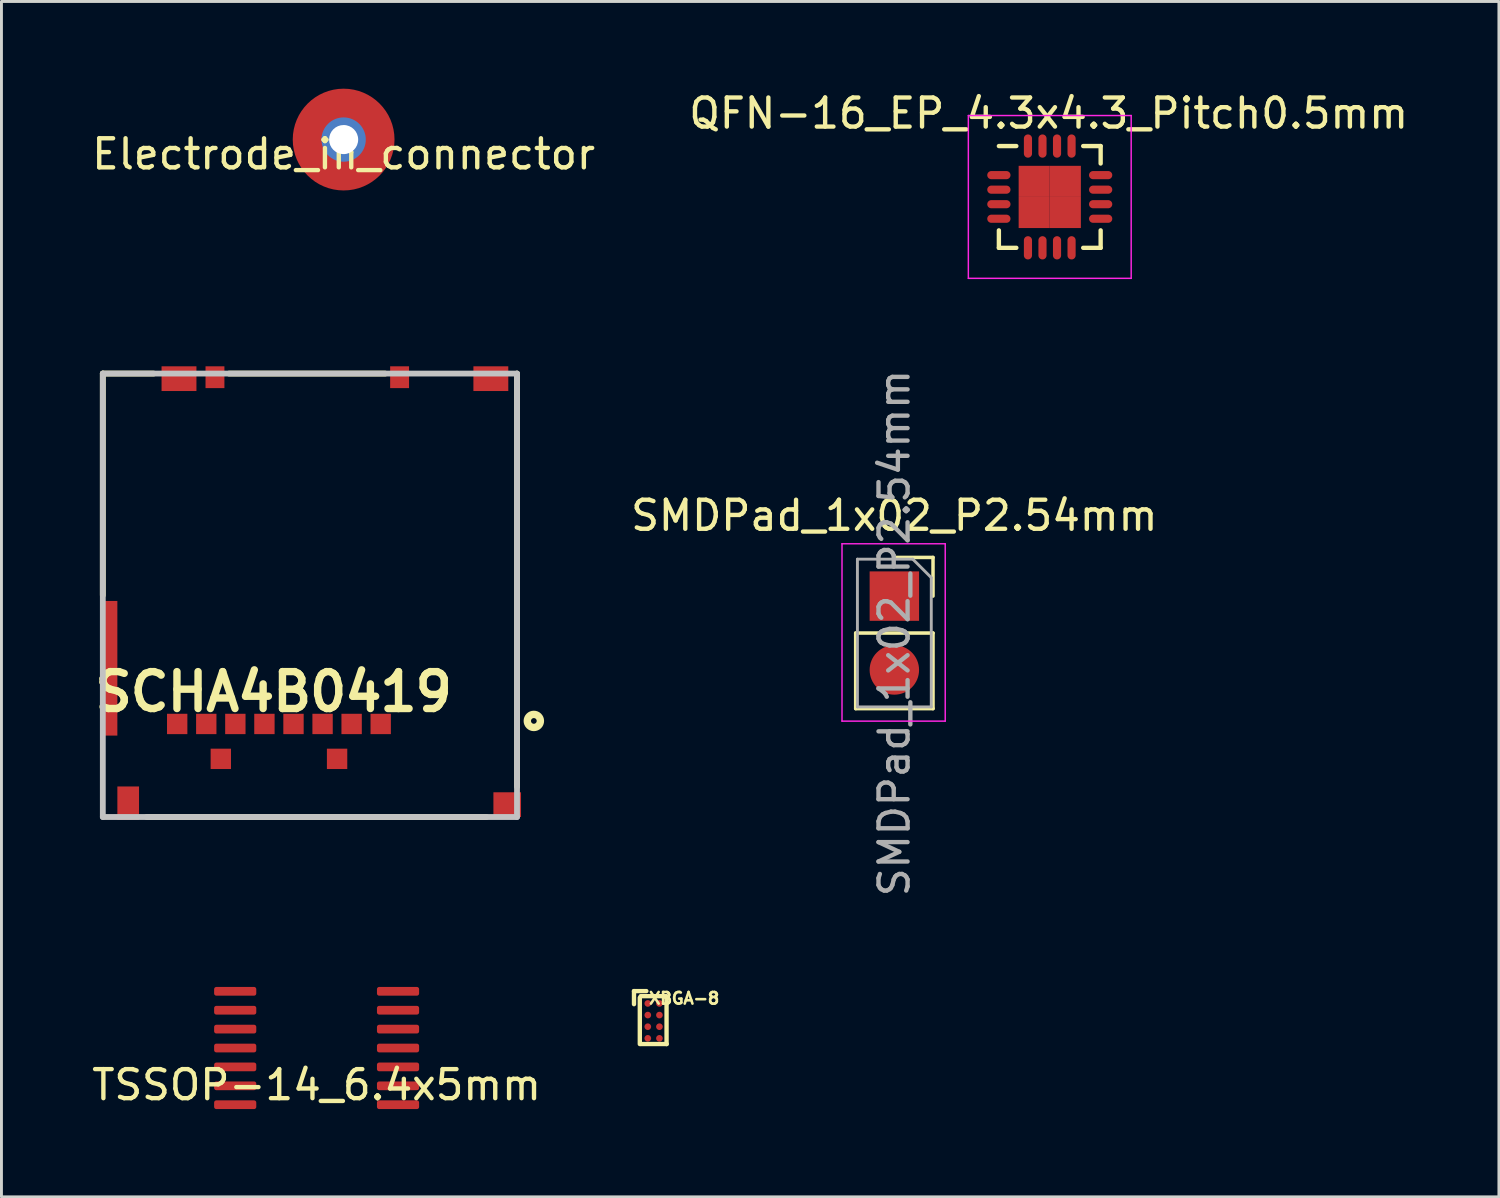
<source format=kicad_pcb>
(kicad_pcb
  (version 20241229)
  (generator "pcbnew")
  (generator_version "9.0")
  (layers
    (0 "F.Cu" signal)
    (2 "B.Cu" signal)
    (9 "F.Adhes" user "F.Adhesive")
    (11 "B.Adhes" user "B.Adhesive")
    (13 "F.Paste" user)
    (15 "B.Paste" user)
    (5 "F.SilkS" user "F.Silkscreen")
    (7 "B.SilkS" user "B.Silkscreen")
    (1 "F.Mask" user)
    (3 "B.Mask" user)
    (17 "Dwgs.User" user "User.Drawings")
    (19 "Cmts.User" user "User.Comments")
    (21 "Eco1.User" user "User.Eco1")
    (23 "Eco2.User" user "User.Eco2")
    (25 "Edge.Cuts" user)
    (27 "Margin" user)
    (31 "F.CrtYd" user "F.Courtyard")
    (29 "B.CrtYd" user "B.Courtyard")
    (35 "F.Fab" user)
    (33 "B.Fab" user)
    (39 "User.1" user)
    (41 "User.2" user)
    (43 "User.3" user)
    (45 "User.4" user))
  (footprint "SCHA4B0419"
    (layer "F.Cu")
    (at 0.486 25.048)
    (property "Reference" "SCHA4B0419" (at 5.876 -4.305 0) (layer "F.SilkS") (effects (font (size 1.27 1.27) (thickness 0.254))))
    (attr smd)
    (fp_line (start 0 -15.25) (end 0 -7.625) (stroke (width 0.2) (type solid)) (layer "F.SilkS"))
    (fp_line (start 0 -15.25) (end 1.747 -15.25) (stroke (width 0.2) (type solid)) (layer "F.SilkS"))
    (fp_line (start 1.511 0) (end 13.192 0) (stroke (width 0.2) (type solid)) (layer "F.SilkS"))
    (fp_line (start 4.342 -15.25) (end 9.711 -15.25) (stroke (width 0.2) (type solid)) (layer "F.SilkS"))
    (fp_line (start 14.245 -15.25) (end 14.245 -1.042) (stroke (width 0.2) (type solid)) (layer "F.SilkS"))
    (fp_circle (center 14.824 -3.304) (end 14.726 -3.304) (stroke (width 0.254) (type solid)) (fill no) (layer "F.SilkS"))
    (fp_line (start 0 -15.25) (end 14.245 -15.25) (stroke (width 0.2) (type solid)) (layer "Dwgs.User"))
    (fp_line (start 0 0) (end 0 -15.25) (stroke (width 0.2) (type solid)) (layer "Dwgs.User"))
    (fp_line (start 14.245 -15.25) (end 14.245 0) (stroke (width 0.2) (type solid)) (layer "Dwgs.User"))
    (fp_line (start 14.245 0) (end 0 0) (stroke (width 0.2) (type solid)) (layer "Dwgs.User"))
    (pad "1" smd rect (at 9.557 -3.2 90) (size 0.7 0.7) (layers "F.Cu" "F.Mask" "F.Paste"))
    (pad "2" smd rect (at 8.557 -3.2 90) (size 0.7 0.7) (layers "F.Cu" "F.Mask" "F.Paste"))
    (pad "3" smd rect (at 7.558 -3.2 90) (size 0.7 0.7) (layers "F.Cu" "F.Mask" "F.Paste"))
    (pad "4" smd rect (at 6.558 -3.2 90) (size 0.7 0.7) (layers "F.Cu" "F.Mask" "F.Paste"))
    (pad "5" smd rect (at 5.558 -3.2 90) (size 0.7 0.7) (layers "F.Cu" "F.Mask" "F.Paste"))
    (pad "6" smd rect (at 4.558 -3.2 90) (size 0.7 0.7) (layers "F.Cu" "F.Mask" "F.Paste"))
    (pad "7" smd rect (at 3.558 -3.2 90) (size 0.7 0.7) (layers "F.Cu" "F.Mask" "F.Paste"))
    (pad "8" smd rect (at 2.558 -3.2 90) (size 0.7 0.7) (layers "F.Cu" "F.Mask" "F.Paste"))
    (pad "9" smd rect (at 4.058 -2 90) (size 0.7 0.7) (layers "F.Cu" "F.Mask" "F.Paste"))
    (pad "10" smd rect (at 8.057 -2 90) (size 0.7 0.7) (layers "F.Cu" "F.Mask" "F.Paste"))
    (pad "11" smd rect (at 0.873 -0.475) (size 0.745 1.15) (layers "F.Cu" "F.Mask" "F.Paste"))
    (pad "12" smd rect (at 13.908 -0.425 90) (size 0.85 0.95) (layers "F.Cu" "F.Mask" "F.Paste"))
    (pad "13" smd rect (at 2.62 -15.075 90) (size 0.85 1.2) (layers "F.Cu" "F.Mask" "F.Paste"))
    (pad "14" smd rect (at 3.857 -15.125) (size 0.65 0.75) (layers "F.Cu" "F.Mask" "F.Paste"))
    (pad "15" smd rect (at 10.207 -15.125) (size 0.65 0.75) (layers "F.Cu" "F.Mask" "F.Paste"))
    (pad "16" smd rect (at 13.345 -15.075 90) (size 0.85 1.2) (layers "F.Cu" "F.Mask" "F.Paste"))
    (pad "17" smd rect (at 0.25 -5.115) (size 0.5 4.63) (layers "F.Cu" "F.Mask" "F.Paste")))
  (footprint "SMDPad_1x02_P2.54mm"
    (layer "F.Cu")
    (at 27.708 17.451)
    (property "Reference" "SMDPad_1x02_P2.54mm" (at 0 -2.77 0) (layer "F.SilkS") (effects (font (size 1 1) (thickness 0.15))))
    (attr through_hole)
    (fp_line (start -1.33 1.27) (end -1.33 3.87) (stroke (width 0.12) (type solid)) (layer "F.SilkS"))
    (fp_line (start -1.33 1.27) (end 1.33 1.27) (stroke (width 0.12) (type solid)) (layer "F.SilkS"))
    (fp_line (start -1.33 3.87) (end 1.33 3.87) (stroke (width 0.12) (type solid)) (layer "F.SilkS"))
    (fp_line (start 0 -1.33) (end 1.33 -1.33) (stroke (width 0.12) (type solid)) (layer "F.SilkS"))
    (fp_line (start 1.33 -1.33) (end 1.33 0) (stroke (width 0.12) (type solid)) (layer "F.SilkS"))
    (fp_line (start 1.33 1.27) (end 1.33 3.87) (stroke (width 0.12) (type solid)) (layer "F.SilkS"))
    (fp_line (start -1.8 -1.8) (end 1.75 -1.8) (stroke (width 0.05) (type solid)) (layer "F.CrtYd"))
    (fp_line (start -1.8 4.3) (end -1.8 -1.8) (stroke (width 0.05) (type solid)) (layer "F.CrtYd"))
    (fp_line (start 1.75 -1.8) (end 1.75 4.3) (stroke (width 0.05) (type solid)) (layer "F.CrtYd"))
    (fp_line (start 1.75 4.3) (end -1.8 4.3) (stroke (width 0.05) (type solid)) (layer "F.CrtYd"))
    (fp_line (start -1.27 -1.27) (end 0.635 -1.27) (stroke (width 0.1) (type solid)) (layer "F.Fab"))
    (fp_line (start -1.27 3.81) (end -1.27 -1.27) (stroke (width 0.1) (type solid)) (layer "F.Fab"))
    (fp_line (start 0.635 -1.27) (end 1.27 -0.635) (stroke (width 0.1) (type solid)) (layer "F.Fab"))
    (fp_line (start 1.27 -0.635) (end 1.27 3.81) (stroke (width 0.1) (type solid)) (layer "F.Fab"))
    (fp_line (start 1.27 3.81) (end -1.27 3.81) (stroke (width 0.1) (type solid)) (layer "F.Fab"))
    (fp_text user "${REFERENCE}" (at 0 1.27 90) (layer "F.Fab") (effects (font (size 1 1) (thickness 0.15))))
    (pad "1" smd rect (at 0 0) (size 1.7 1.7) (layers "F.Cu" "F.Mask" "F.Paste"))
    (pad "2" smd oval (at 0 2.54) (size 1.7 1.7) (layers "F.Cu" "F.Mask" "F.Paste")))
  (footprint "QFN-16_EP_4.3x4.3_Pitch0.5mm"
    (layer "F.Cu")
    (at 33.053 3.723)
    (property "Reference" "QFN-16_EP_4.3x4.3_Pitch0.5mm" (at -0.035 -2.875 0) (layer "F.SilkS") (effects (font (size 1 1) (thickness 0.15))))
    (attr smd)
    (fp_line (start -1.75 -1.75) (end -1.15 -1.75) (stroke (width 0.15) (type solid)) (layer "F.SilkS"))
    (fp_line (start -1.75 1.75) (end -1.75 1.15) (stroke (width 0.15) (type solid)) (layer "F.SilkS"))
    (fp_line (start -1.75 1.75) (end -1.15 1.75) (stroke (width 0.15) (type solid)) (layer "F.SilkS"))
    (fp_line (start 1.75 -1.75) (end 1.15 -1.75) (stroke (width 0.15) (type solid)) (layer "F.SilkS"))
    (fp_line (start 1.75 -1.75) (end 1.75 -1.15) (stroke (width 0.15) (type solid)) (layer "F.SilkS"))
    (fp_line (start 1.75 1.75) (end 1.15 1.75) (stroke (width 0.15) (type solid)) (layer "F.SilkS"))
    (fp_line (start 1.75 1.75) (end 1.75 1.15) (stroke (width 0.15) (type solid)) (layer "F.SilkS"))
    (fp_line (start -2.8 -2.8) (end 2.8 -2.8) (stroke (width 0.05) (type solid)) (layer "F.CrtYd"))
    (fp_line (start -2.8 2.8) (end -2.8 -2.8) (stroke (width 0.05) (type solid)) (layer "F.CrtYd"))
    (fp_line (start 2.8 -2.8) (end 2.8 2.8) (stroke (width 0.05) (type solid)) (layer "F.CrtYd"))
    (fp_line (start 2.8 2.8) (end -2.8 2.8) (stroke (width 0.05) (type solid)) (layer "F.CrtYd"))
    (pad "1" smd oval (at -1.75 -0.75 90) (size 0.28 0.8) (layers "F.Cu" "F.Mask" "F.Paste"))
    (pad "2" smd oval (at -1.75 -0.25 90) (size 0.28 0.8) (layers "F.Cu" "F.Mask" "F.Paste"))
    (pad "3" smd oval (at -1.75 0.25 90) (size 0.28 0.8) (layers "F.Cu" "F.Mask" "F.Paste"))
    (pad "4" smd oval (at -1.75 0.75 90) (size 0.28 0.8) (layers "F.Cu" "F.Mask" "F.Paste"))
    (pad "5" smd oval (at -0.75 1.75) (size 0.28 0.8) (layers "F.Cu" "F.Mask" "F.Paste"))
    (pad "6" smd oval (at -0.25 1.75) (size 0.28 0.8) (layers "F.Cu" "F.Mask" "F.Paste"))
    (pad "7" smd oval (at 0.25 1.75) (size 0.28 0.8) (layers "F.Cu" "F.Mask" "F.Paste"))
    (pad "8" smd oval (at 0.75 1.75) (size 0.28 0.8) (layers "F.Cu" "F.Mask" "F.Paste"))
    (pad "9" smd oval (at 1.75 0.75 90) (size 0.28 0.8) (layers "F.Cu" "F.Mask" "F.Paste"))
    (pad "10" smd oval (at 1.75 0.25 90) (size 0.28 0.8) (layers "F.Cu" "F.Mask" "F.Paste"))
    (pad "11" smd oval (at 1.75 -0.25 90) (size 0.28 0.8) (layers "F.Cu" "F.Mask" "F.Paste"))
    (pad "12" smd oval (at 1.75 -0.75 90) (size 0.28 0.8) (layers "F.Cu" "F.Mask" "F.Paste"))
    (pad "13" smd oval (at 0.75 -1.75) (size 0.28 0.8) (layers "F.Cu" "F.Mask" "F.Paste"))
    (pad "14" smd oval (at 0.25 -1.75) (size 0.28 0.8) (layers "F.Cu" "F.Mask" "F.Paste"))
    (pad "15" smd oval (at -0.25 -1.75) (size 0.28 0.8) (layers "F.Cu" "F.Mask" "F.Paste"))
    (pad "16" smd oval (at -0.75 -1.75) (size 0.28 0.8) (layers "F.Cu" "F.Mask" "F.Paste"))
    (pad "17" smd rect (at -0.535 -0.535) (size 1.07 1.07) (layers "F.Cu" "F.Mask" "F.Paste"))
    (pad "17" smd rect (at -0.535 0.535) (size 1.07 1.07) (layers "F.Cu" "F.Mask" "F.Paste"))
    (pad "17" smd rect (at 0.535 -0.535) (size 1.07 1.07) (layers "F.Cu" "F.Mask" "F.Paste"))
    (pad "17" smd rect (at 0.535 0.535) (size 1.07 1.07) (layers "F.Cu" "F.Mask" "F.Paste")))
  (footprint "Electrode_in_connector"
    (layer "F.Cu")
    (at 8.768 1.75)
    (property "Reference" "Electrode_in_connector" (at 0 0.5 0) (layer "F.SilkS") (effects (font (size 1 1) (thickness 0.15))))
    (attr through_hole)
    (pad "1" thru_hole circle (at 0 0) (size 1.524 1.524) (drill 1) (layers "*.Cu" "*.Mask"))
    (pad "2" smd circle (at 0 0) (size 3.5 3.5) (layers "F.Cu" "F.Mask" "F.Paste")))
  (footprint "XBGA-8"
    (layer "F.Cu")
    (at 19.429 32.06)
    (property "Reference" "XBGA-8" (at 1.05 -0.775 0) (layer "F.SilkS") (effects (font (size 0.4 0.4) (thickness 0.09))))
    (attr through_hole)
    (fp_line (start -0.675 -1.025) (end -0.25 -1.025) (stroke (width 0.15) (type solid)) (layer "F.SilkS"))
    (fp_line (start -0.675 -0.575) (end -0.675 -1.025) (stroke (width 0.15) (type solid)) (layer "F.SilkS"))
    (fp_line (start -0.475 -0.796) (end -0.475 0.796) (stroke (width 0.15) (type solid)) (layer "F.SilkS"))
    (fp_line (start -0.445 -0.85) (end 0.445 -0.85) (stroke (width 0.15) (type solid)) (layer "F.SilkS"))
    (fp_line (start -0.44 0.796) (end 0.45 0.796) (stroke (width 0.15) (type solid)) (layer "F.SilkS"))
    (fp_line (start 0.445 -0.796) (end 0.445 0.796) (stroke (width 0.15) (type solid)) (layer "F.SilkS"))
    (pad "A1" smd circle (at -0.2 -0.6) (size 0.23 0.23) (layers "F.Cu" "F.Mask" "F.Paste"))
    (pad "A2" smd circle (at 0.2 -0.6) (size 0.23 0.23) (layers "F.Cu" "F.Mask" "F.Paste"))
    (pad "B1" smd circle (at -0.2 -0.2) (size 0.23 0.23) (layers "F.Cu" "F.Mask" "F.Paste"))
    (pad "B2" smd circle (at 0.2 -0.2) (size 0.23 0.23) (layers "F.Cu" "F.Mask" "F.Paste"))
    (pad "C1" smd circle (at -0.2 0.2) (size 0.23 0.23) (layers "F.Cu" "F.Mask" "F.Paste"))
    (pad "C2" smd circle (at 0.2 0.2) (size 0.23 0.23) (layers "F.Cu" "F.Mask" "F.Paste"))
    (pad "D1" smd circle (at -0.2 0.6) (size 0.23 0.23) (layers "F.Cu" "F.Mask" "F.Paste"))
    (pad "D2" smd circle (at 0.2 0.6) (size 0.23 0.23) (layers "F.Cu" "F.Mask" "F.Paste")))
  (footprint "TSSOP-14_6.4x5mm"
    (layer "F.Cu")
    (at 7.839 32.993)
    (property "Reference" "TSSOP-14_6.4x5mm" (at 0 1.27 0) (layer "F.SilkS") (effects (font (size 1 1) (thickness 0.15))))
    (attr through_hole)
    (pad "1" smd roundrect (at -2.8 -1.95) (size 1.45 0.3) (layers "F.Cu" "F.Mask" "F.Paste") (roundrect_rratio 0.25))
    (pad "2" smd roundrect (at -2.8 -1.3) (size 1.45 0.3) (layers "F.Cu" "F.Mask" "F.Paste") (roundrect_rratio 0.25))
    (pad "3" smd roundrect (at -2.8 -0.65) (size 1.45 0.3) (layers "F.Cu" "F.Mask" "F.Paste") (roundrect_rratio 0.25))
    (pad "4" smd roundrect (at -2.8 0) (size 1.45 0.3) (layers "F.Cu" "F.Mask" "F.Paste") (roundrect_rratio 0.25))
    (pad "5" smd roundrect (at -2.8 0.65) (size 1.45 0.3) (layers "F.Cu" "F.Mask" "F.Paste") (roundrect_rratio 0.25))
    (pad "6" smd roundrect (at -2.8 1.3) (size 1.45 0.3) (layers "F.Cu" "F.Mask" "F.Paste") (roundrect_rratio 0.25))
    (pad "7" smd roundrect (at -2.8 1.95) (size 1.45 0.3) (layers "F.Cu" "F.Mask" "F.Paste") (roundrect_rratio 0.25))
    (pad "8" smd roundrect (at 2.8 1.95) (size 1.45 0.3) (layers "F.Cu" "F.Mask" "F.Paste") (roundrect_rratio 0.25))
    (pad "9" smd roundrect (at 2.8 1.3) (size 1.45 0.3) (layers "F.Cu" "F.Mask" "F.Paste") (roundrect_rratio 0.25))
    (pad "10" smd roundrect (at 2.8 0.65) (size 1.45 0.3) (layers "F.Cu" "F.Mask" "F.Paste") (roundrect_rratio 0.25))
    (pad "11" smd roundrect (at 2.8 0) (size 1.45 0.3) (layers "F.Cu" "F.Mask" "F.Paste") (roundrect_rratio 0.25))
    (pad "12" smd roundrect (at 2.8 -0.65) (size 1.45 0.3) (layers "F.Cu" "F.Mask" "F.Paste") (roundrect_rratio 0.25))
    (pad "13" smd roundrect (at 2.8 -1.3) (size 1.45 0.3) (layers "F.Cu" "F.Mask" "F.Paste") (roundrect_rratio 0.25))
    (pad "14" smd roundrect (at 2.8 -1.95) (size 1.45 0.3) (layers "F.Cu" "F.Mask" "F.Paste") (roundrect_rratio 0.25)))
  (gr_rect
    (start -3 -3)
    (end 48.5 38.112)
    (stroke (width 0.1) (type default))
    (fill no)
    (layer "Edge.Cuts")))
</source>
